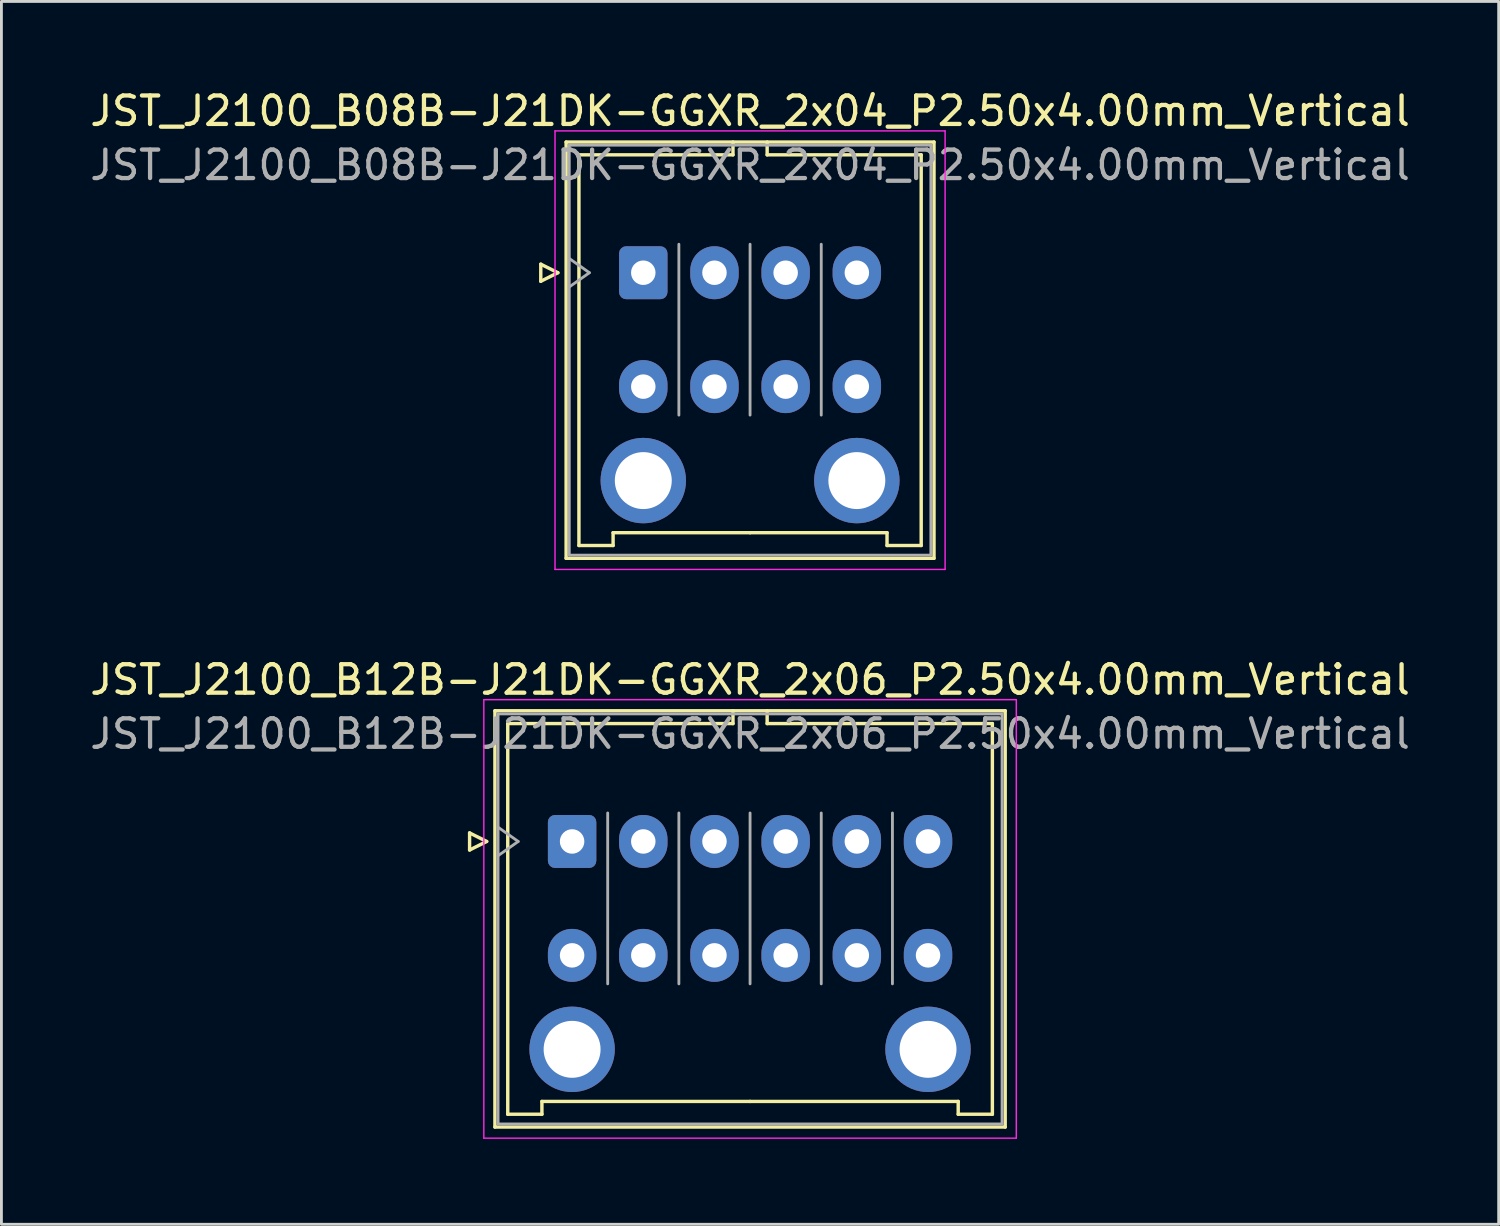
<source format=kicad_pcb>
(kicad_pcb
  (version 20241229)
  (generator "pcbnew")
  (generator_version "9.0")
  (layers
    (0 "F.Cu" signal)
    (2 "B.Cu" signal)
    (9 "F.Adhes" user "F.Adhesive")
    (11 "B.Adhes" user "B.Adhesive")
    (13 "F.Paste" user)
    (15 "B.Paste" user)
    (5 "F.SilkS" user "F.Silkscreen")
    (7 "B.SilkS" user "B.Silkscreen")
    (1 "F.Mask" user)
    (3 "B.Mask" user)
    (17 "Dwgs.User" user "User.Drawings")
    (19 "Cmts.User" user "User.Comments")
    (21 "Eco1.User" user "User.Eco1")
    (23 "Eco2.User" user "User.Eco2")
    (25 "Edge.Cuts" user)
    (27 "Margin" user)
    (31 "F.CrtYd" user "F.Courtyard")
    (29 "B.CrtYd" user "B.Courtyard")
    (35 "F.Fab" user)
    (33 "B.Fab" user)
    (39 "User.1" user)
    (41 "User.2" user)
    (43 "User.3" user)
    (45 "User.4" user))
  (footprint "JST_J2100_B12B-J21DK-GGXR_2x06_P2.50x4.00mm_Vertical"
    (layer "F.Cu")
    (at 17.042 26.502)
    (property "Reference" "JST_J2100_B12B-J21DK-GGXR_2x06_P2.50x4.00mm_Vertical" (at 6.25 -5.68 0) (layer "F.SilkS") (effects (font (size 1 1) (thickness 0.15))))
    (attr through_hole)
    (fp_line (start -3.6 -0.3) (end -3 0) (stroke (width 0.12) (type solid)) (layer "F.SilkS"))
    (fp_line (start -3.6 0.3) (end -3.6 -0.3) (stroke (width 0.12) (type solid)) (layer "F.SilkS"))
    (fp_line (start -3 0) (end -3.6 0.3) (stroke (width 0.12) (type solid)) (layer "F.SilkS"))
    (fp_line (start -2.71 -4.59) (end -2.71 10.03) (stroke (width 0.12) (type solid)) (layer "F.SilkS"))
    (fp_line (start -2.71 10.03) (end 15.21 10.03) (stroke (width 0.12) (type solid)) (layer "F.SilkS"))
    (fp_line (start -2.26 -4.14) (end -2.26 9.58) (stroke (width 0.12) (type solid)) (layer "F.SilkS"))
    (fp_line (start -2.26 9.58) (end -1.06 9.58) (stroke (width 0.12) (type solid)) (layer "F.SilkS"))
    (fp_line (start -1.06 9.13) (end 6.25 9.13) (stroke (width 0.12) (type solid)) (layer "F.SilkS"))
    (fp_line (start -1.06 9.58) (end -1.06 9.13) (stroke (width 0.12) (type solid)) (layer "F.SilkS"))
    (fp_line (start 5.65 -4.59) (end 5.65 -4.14) (stroke (width 0.12) (type solid)) (layer "F.SilkS"))
    (fp_line (start 5.65 -4.14) (end -2.26 -4.14) (stroke (width 0.12) (type solid)) (layer "F.SilkS"))
    (fp_line (start 6.85 -4.59) (end 6.85 -4.14) (stroke (width 0.12) (type solid)) (layer "F.SilkS"))
    (fp_line (start 6.85 -4.14) (end 14.76 -4.14) (stroke (width 0.12) (type solid)) (layer "F.SilkS"))
    (fp_line (start 13.56 9.13) (end 6.25 9.13) (stroke (width 0.12) (type solid)) (layer "F.SilkS"))
    (fp_line (start 13.56 9.58) (end 13.56 9.13) (stroke (width 0.12) (type solid)) (layer "F.SilkS"))
    (fp_line (start 14.76 -4.14) (end 14.76 9.58) (stroke (width 0.12) (type solid)) (layer "F.SilkS"))
    (fp_line (start 14.76 9.58) (end 13.56 9.58) (stroke (width 0.12) (type solid)) (layer "F.SilkS"))
    (fp_line (start 15.21 -4.59) (end -2.71 -4.59) (stroke (width 0.12) (type solid)) (layer "F.SilkS"))
    (fp_line (start 15.21 10.03) (end 15.21 -4.59) (stroke (width 0.12) (type solid)) (layer "F.SilkS"))
    (fp_line (start -3.1 -4.98) (end -3.1 10.42) (stroke (width 0.05) (type solid)) (layer "F.CrtYd"))
    (fp_line (start -3.1 10.42) (end 15.6 10.42) (stroke (width 0.05) (type solid)) (layer "F.CrtYd"))
    (fp_line (start 15.6 -4.98) (end -3.1 -4.98) (stroke (width 0.05) (type solid)) (layer "F.CrtYd"))
    (fp_line (start 15.6 10.42) (end 15.6 -4.98) (stroke (width 0.05) (type solid)) (layer "F.CrtYd"))
    (fp_line (start -2.6 -4.48) (end -2.6 9.92) (stroke (width 0.1) (type solid)) (layer "F.Fab"))
    (fp_line (start -2.6 0.5) (end -1.893 0) (stroke (width 0.1) (type solid)) (layer "F.Fab"))
    (fp_line (start -2.6 9.92) (end 15.1 9.92) (stroke (width 0.1) (type solid)) (layer "F.Fab"))
    (fp_line (start -1.893 0) (end -2.6 -0.5) (stroke (width 0.1) (type solid)) (layer "F.Fab"))
    (fp_line (start 1.25 5) (end 1.25 -1) (stroke (width 0.1) (type solid)) (layer "F.Fab"))
    (fp_line (start 3.75 5) (end 3.75 -1) (stroke (width 0.1) (type solid)) (layer "F.Fab"))
    (fp_line (start 6.25 5) (end 6.25 -1) (stroke (width 0.1) (type solid)) (layer "F.Fab"))
    (fp_line (start 8.75 5) (end 8.75 -1) (stroke (width 0.1) (type solid)) (layer "F.Fab"))
    (fp_line (start 11.25 5) (end 11.25 -1) (stroke (width 0.1) (type solid)) (layer "F.Fab"))
    (fp_line (start 15.1 -4.48) (end -2.6 -4.48) (stroke (width 0.1) (type solid)) (layer "F.Fab"))
    (fp_line (start 15.1 9.92) (end 15.1 -4.48) (stroke (width 0.1) (type solid)) (layer "F.Fab"))
    (fp_text user "${REFERENCE}" (at 6.25 -3.78 0) (layer "F.Fab") (effects (font (size 1 1) (thickness 0.15))))
    (pad "" thru_hole circle (at 0 7.3) (size 3 3) (drill 2) (layers "*.Cu" "*.Mask"))
    (pad "" thru_hole circle (at 12.5 7.3) (size 3 3) (drill 2) (layers "*.Cu" "*.Mask"))
    (pad "1" thru_hole roundrect (at 0 0) (size 1.7 1.86) (drill 0.86) (layers "*.Cu" "*.Mask") (roundrect_rratio 0.147))
    (pad "2" thru_hole oval (at 2.5 0) (size 1.7 1.86) (drill 0.86) (layers "*.Cu" "*.Mask"))
    (pad "3" thru_hole oval (at 5 0) (size 1.7 1.86) (drill 0.86) (layers "*.Cu" "*.Mask"))
    (pad "4" thru_hole oval (at 7.5 0) (size 1.7 1.86) (drill 0.86) (layers "*.Cu" "*.Mask"))
    (pad "5" thru_hole oval (at 10 0) (size 1.7 1.86) (drill 0.86) (layers "*.Cu" "*.Mask"))
    (pad "6" thru_hole oval (at 12.5 0) (size 1.7 1.86) (drill 0.86) (layers "*.Cu" "*.Mask"))
    (pad "7" thru_hole oval (at 0 4) (size 1.7 1.86) (drill 0.86) (layers "*.Cu" "*.Mask"))
    (pad "8" thru_hole oval (at 2.5 4) (size 1.7 1.86) (drill 0.86) (layers "*.Cu" "*.Mask"))
    (pad "9" thru_hole oval (at 5 4) (size 1.7 1.86) (drill 0.86) (layers "*.Cu" "*.Mask"))
    (pad "10" thru_hole oval (at 7.5 4) (size 1.7 1.86) (drill 0.86) (layers "*.Cu" "*.Mask"))
    (pad "11" thru_hole oval (at 10 4) (size 1.7 1.86) (drill 0.86) (layers "*.Cu" "*.Mask"))
    (pad "12" thru_hole oval (at 12.5 4) (size 1.7 1.86) (drill 0.86) (layers "*.Cu" "*.Mask")))
  (footprint "JST_J2100_B08B-J21DK-GGXR_2x04_P2.50x4.00mm_Vertical"
    (layer "F.Cu")
    (at 19.542 6.528)
    (property "Reference" "JST_J2100_B08B-J21DK-GGXR_2x04_P2.50x4.00mm_Vertical" (at 3.75 -5.68 0) (layer "F.SilkS") (effects (font (size 1 1) (thickness 0.15))))
    (attr through_hole)
    (fp_line (start -3.6 -0.3) (end -3 0) (stroke (width 0.12) (type solid)) (layer "F.SilkS"))
    (fp_line (start -3.6 0.3) (end -3.6 -0.3) (stroke (width 0.12) (type solid)) (layer "F.SilkS"))
    (fp_line (start -3 0) (end -3.6 0.3) (stroke (width 0.12) (type solid)) (layer "F.SilkS"))
    (fp_line (start -2.71 -4.59) (end -2.71 10.03) (stroke (width 0.12) (type solid)) (layer "F.SilkS"))
    (fp_line (start -2.71 10.03) (end 10.21 10.03) (stroke (width 0.12) (type solid)) (layer "F.SilkS"))
    (fp_line (start -2.26 -4.14) (end -2.26 9.58) (stroke (width 0.12) (type solid)) (layer "F.SilkS"))
    (fp_line (start -2.26 9.58) (end -1.06 9.58) (stroke (width 0.12) (type solid)) (layer "F.SilkS"))
    (fp_line (start -1.06 9.13) (end 3.75 9.13) (stroke (width 0.12) (type solid)) (layer "F.SilkS"))
    (fp_line (start -1.06 9.58) (end -1.06 9.13) (stroke (width 0.12) (type solid)) (layer "F.SilkS"))
    (fp_line (start 3.15 -4.59) (end 3.15 -4.14) (stroke (width 0.12) (type solid)) (layer "F.SilkS"))
    (fp_line (start 3.15 -4.14) (end -2.26 -4.14) (stroke (width 0.12) (type solid)) (layer "F.SilkS"))
    (fp_line (start 4.35 -4.59) (end 4.35 -4.14) (stroke (width 0.12) (type solid)) (layer "F.SilkS"))
    (fp_line (start 4.35 -4.14) (end 9.76 -4.14) (stroke (width 0.12) (type solid)) (layer "F.SilkS"))
    (fp_line (start 8.56 9.13) (end 3.75 9.13) (stroke (width 0.12) (type solid)) (layer "F.SilkS"))
    (fp_line (start 8.56 9.58) (end 8.56 9.13) (stroke (width 0.12) (type solid)) (layer "F.SilkS"))
    (fp_line (start 9.76 -4.14) (end 9.76 9.58) (stroke (width 0.12) (type solid)) (layer "F.SilkS"))
    (fp_line (start 9.76 9.58) (end 8.56 9.58) (stroke (width 0.12) (type solid)) (layer "F.SilkS"))
    (fp_line (start 10.21 -4.59) (end -2.71 -4.59) (stroke (width 0.12) (type solid)) (layer "F.SilkS"))
    (fp_line (start 10.21 10.03) (end 10.21 -4.59) (stroke (width 0.12) (type solid)) (layer "F.SilkS"))
    (fp_line (start -3.1 -4.98) (end -3.1 10.42) (stroke (width 0.05) (type solid)) (layer "F.CrtYd"))
    (fp_line (start -3.1 10.42) (end 10.6 10.42) (stroke (width 0.05) (type solid)) (layer "F.CrtYd"))
    (fp_line (start 10.6 -4.98) (end -3.1 -4.98) (stroke (width 0.05) (type solid)) (layer "F.CrtYd"))
    (fp_line (start 10.6 10.42) (end 10.6 -4.98) (stroke (width 0.05) (type solid)) (layer "F.CrtYd"))
    (fp_line (start -2.6 -4.48) (end -2.6 9.92) (stroke (width 0.1) (type solid)) (layer "F.Fab"))
    (fp_line (start -2.6 0.5) (end -1.893 0) (stroke (width 0.1) (type solid)) (layer "F.Fab"))
    (fp_line (start -2.6 9.92) (end 10.1 9.92) (stroke (width 0.1) (type solid)) (layer "F.Fab"))
    (fp_line (start -1.893 0) (end -2.6 -0.5) (stroke (width 0.1) (type solid)) (layer "F.Fab"))
    (fp_line (start 1.25 5) (end 1.25 -1) (stroke (width 0.1) (type solid)) (layer "F.Fab"))
    (fp_line (start 3.75 5) (end 3.75 -1) (stroke (width 0.1) (type solid)) (layer "F.Fab"))
    (fp_line (start 6.25 5) (end 6.25 -1) (stroke (width 0.1) (type solid)) (layer "F.Fab"))
    (fp_line (start 10.1 -4.48) (end -2.6 -4.48) (stroke (width 0.1) (type solid)) (layer "F.Fab"))
    (fp_line (start 10.1 9.92) (end 10.1 -4.48) (stroke (width 0.1) (type solid)) (layer "F.Fab"))
    (fp_text user "${REFERENCE}" (at 3.75 -3.78 0) (layer "F.Fab") (effects (font (size 1 1) (thickness 0.15))))
    (pad "" thru_hole circle (at 0 7.3) (size 3 3) (drill 2) (layers "*.Cu" "*.Mask"))
    (pad "" thru_hole circle (at 7.5 7.3) (size 3 3) (drill 2) (layers "*.Cu" "*.Mask"))
    (pad "1" thru_hole roundrect (at 0 0) (size 1.7 1.86) (drill 0.86) (layers "*.Cu" "*.Mask") (roundrect_rratio 0.147))
    (pad "2" thru_hole oval (at 2.5 0) (size 1.7 1.86) (drill 0.86) (layers "*.Cu" "*.Mask"))
    (pad "3" thru_hole oval (at 5 0) (size 1.7 1.86) (drill 0.86) (layers "*.Cu" "*.Mask"))
    (pad "4" thru_hole oval (at 7.5 0) (size 1.7 1.86) (drill 0.86) (layers "*.Cu" "*.Mask"))
    (pad "5" thru_hole oval (at 0 4) (size 1.7 1.86) (drill 0.86) (layers "*.Cu" "*.Mask"))
    (pad "6" thru_hole oval (at 2.5 4) (size 1.7 1.86) (drill 0.86) (layers "*.Cu" "*.Mask"))
    (pad "7" thru_hole oval (at 5 4) (size 1.7 1.86) (drill 0.86) (layers "*.Cu" "*.Mask"))
    (pad "8" thru_hole oval (at 7.5 4) (size 1.7 1.86) (drill 0.86) (layers "*.Cu" "*.Mask")))
  (gr_rect
    (start -3 -3)
    (end 49.583 39.947)
    (stroke (width 0.1) (type default))
    (fill no)
    (layer "Edge.Cuts")))
</source>
